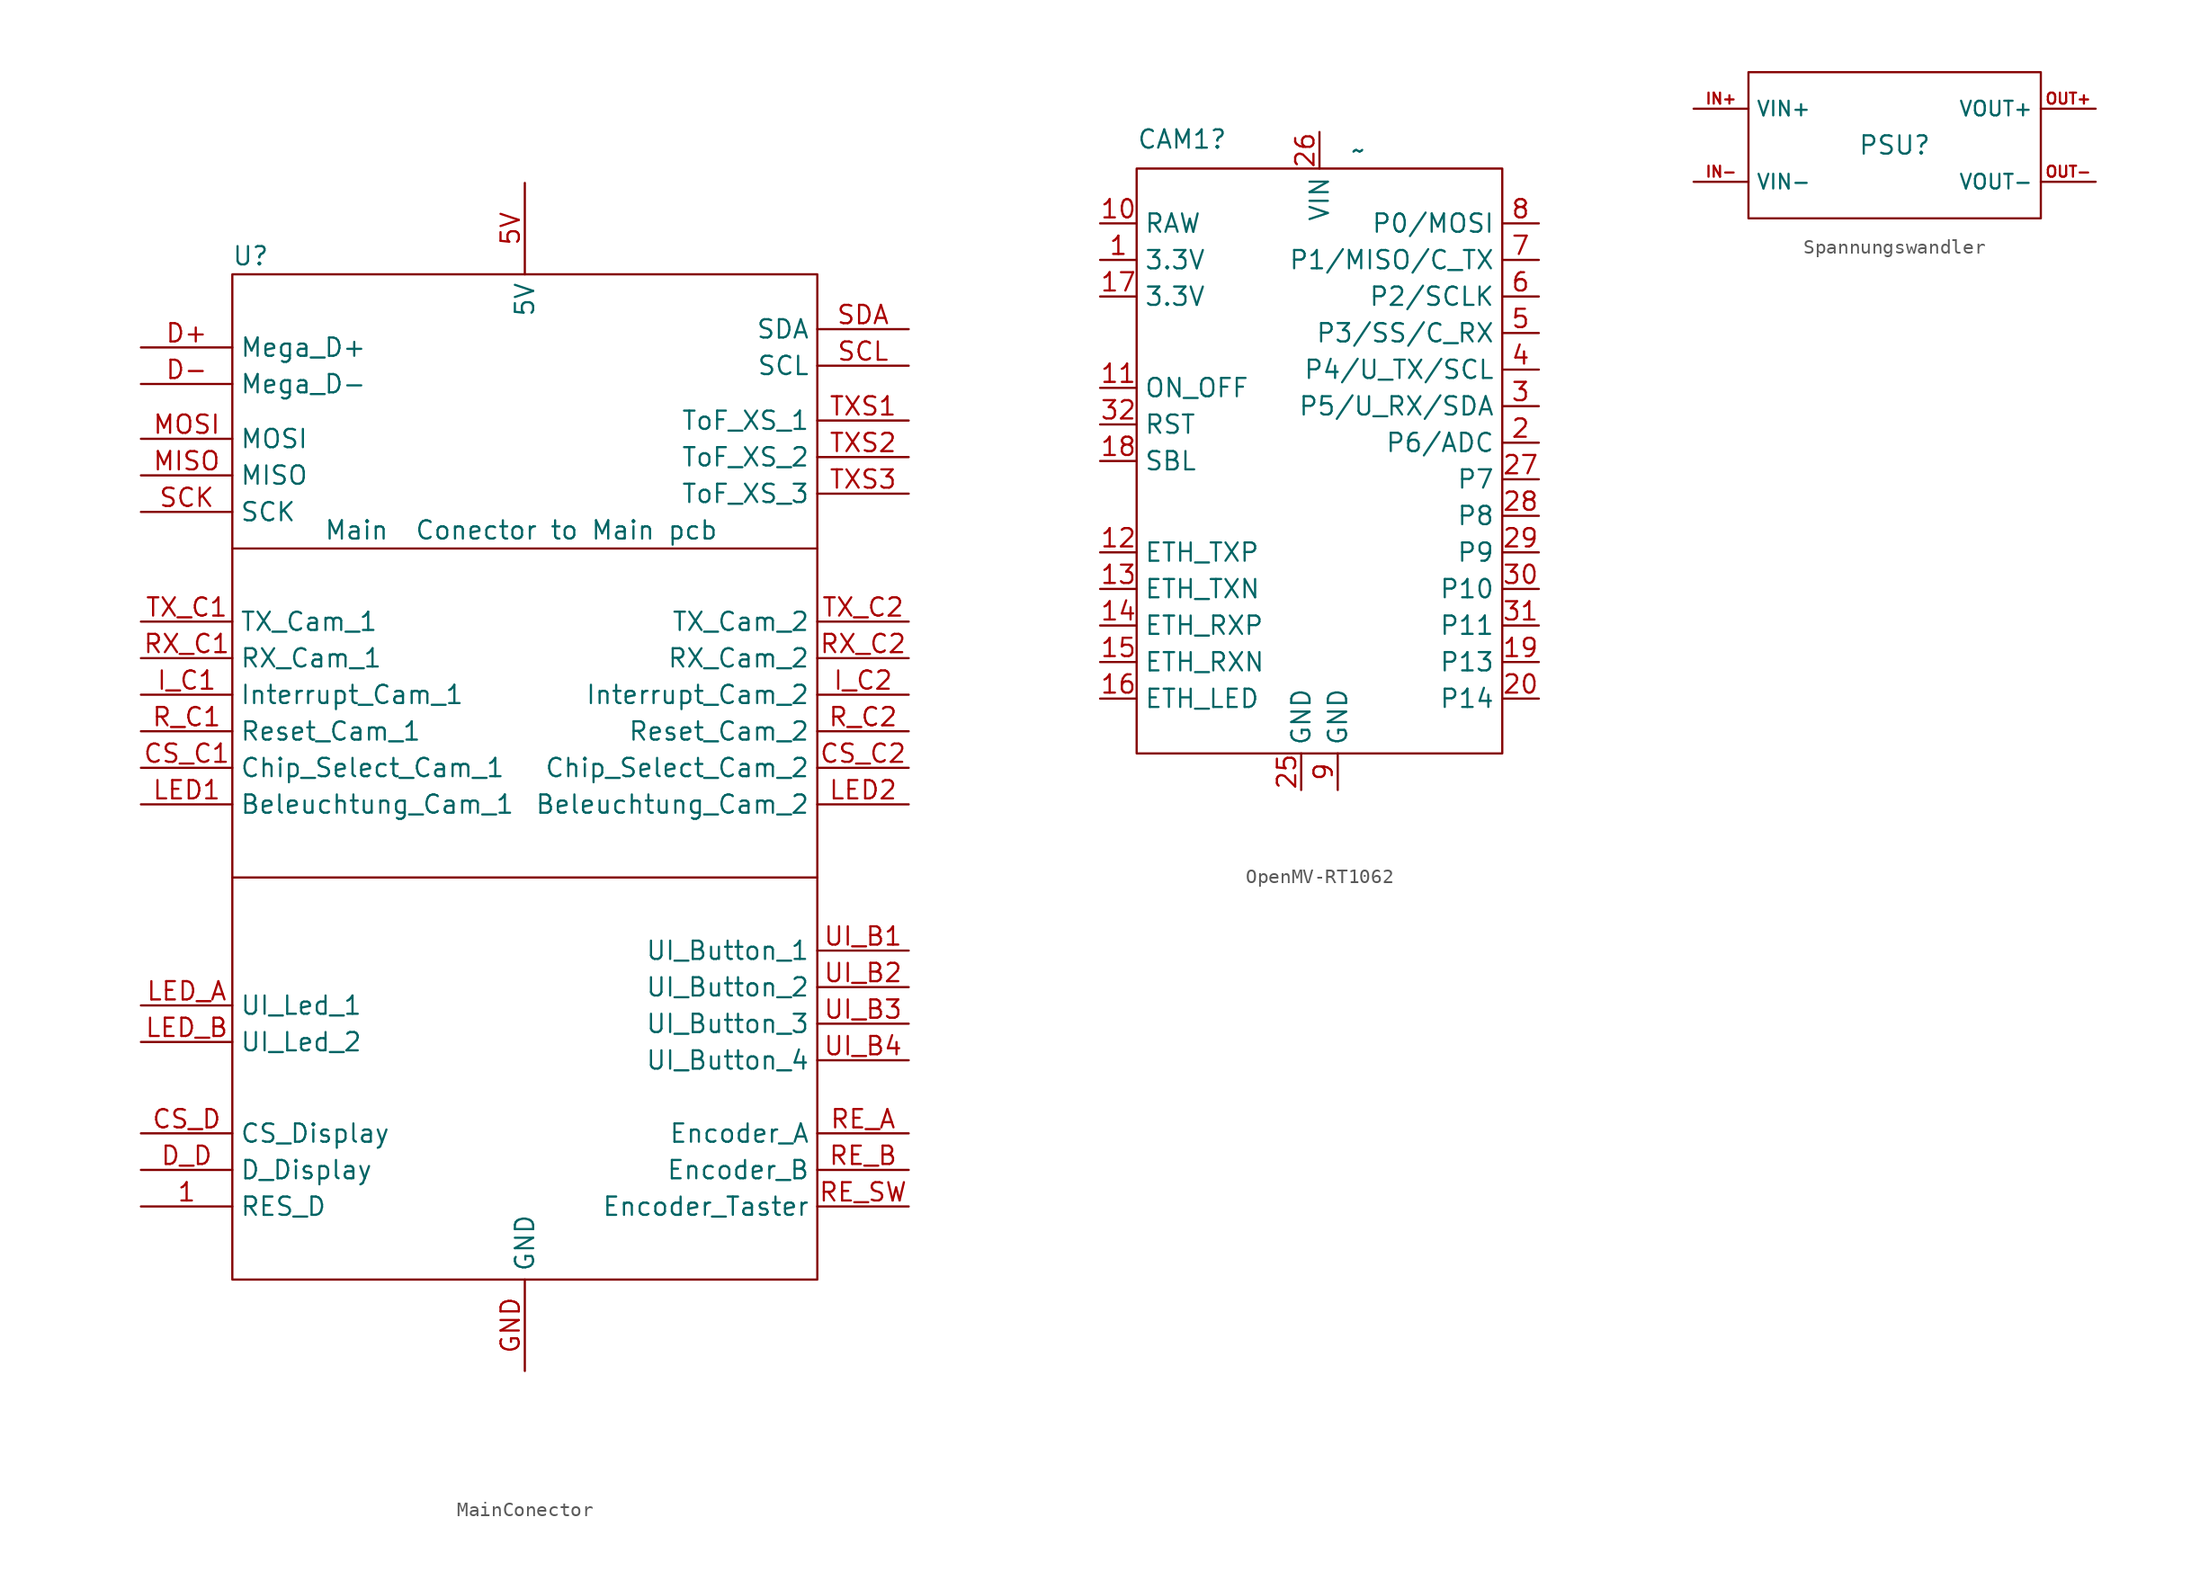
<source format=kicad_sym>
(kicad_symbol_lib
  (version 20241209)
  (generator "kicad_symbol_editor")
  (generator_version "9.0")
  (symbol "MainConector"
    (property "Reference" "U"
      (at -19.05 33.02 0)
      (effects (font (size 1.27 1.27))))
    (property "Value" "Main  Conector to Main pcb"
      (at -0.254 13.97 0)
      (effects (font (size 1.27 1.27))))
    (symbol "MainConector_0_1"
      (rectangle (start -20.32 31.75) (end 20.32 -38.1) (stroke (width 0) (type default)) (fill (type none)))
      (polyline (pts (xy -20.32 12.7) (xy 20.32 12.7)) (stroke (width 0) (type default)) (fill (type none)))
      (polyline (pts (xy 20.32 -10.16) (xy -20.32 -10.16)) (stroke (width 0) (type default)) (fill (type none))))
    (symbol "MainConector_1_1"
      (pin input line (at -26.67 26.67 0) (length 6.35) (name "Mega_D+" (effects (font (size 1.27 1.27)))) (number "D+" (effects (font (size 1.27 1.27)))))
      (pin input line (at -26.67 24.13 0) (length 6.35) (name "Mega_D-" (effects (font (size 1.27 1.27)))) (number "D-" (effects (font (size 1.27 1.27)))))
      (pin input line (at -26.67 20.32 0) (length 6.35) (name "MOSI" (effects (font (size 1.27 1.27)))) (number "MOSI" (effects (font (size 1.27 1.27)))))
      (pin input line (at -26.67 17.78 0) (length 6.35) (name "MISO" (effects (font (size 1.27 1.27)))) (number "MISO" (effects (font (size 1.27 1.27)))))
      (pin input line (at -26.67 15.24 0) (length 6.35) (name "SCK" (effects (font (size 1.27 1.27)))) (number "SCK" (effects (font (size 1.27 1.27)))))
      (pin output line (at -26.67 7.62 0) (length 6.35) (name "TX_Cam_1" (effects (font (size 1.27 1.27)))) (number "TX_C1" (effects (font (size 1.27 1.27)))))
      (pin input line (at -26.67 5.08 0) (length 6.35) (name "RX_Cam_1" (effects (font (size 1.27 1.27)))) (number "RX_C1" (effects (font (size 1.27 1.27)))))
      (pin input line (at -26.67 2.54 0) (length 6.35) (name "Interrupt_Cam_1" (effects (font (size 1.27 1.27)))) (number "I_C1" (effects (font (size 1.27 1.27)))))
      (pin input line (at -26.67 0 0) (length 6.35) (name "Reset_Cam_1" (effects (font (size 1.27 1.27)))) (number "R_C1" (effects (font (size 1.27 1.27)))))
      (pin input line (at -26.67 -2.54 0) (length 6.35) (name "Chip_Select_Cam_1" (effects (font (size 1.27 1.27)))) (number "CS_C1" (effects (font (size 1.27 1.27)))))
      (pin input line (at -26.67 -5.08 0) (length 6.35) (name "Beleuchtung_Cam_1" (effects (font (size 1.27 1.27)))) (number "LED1" (effects (font (size 1.27 1.27)))))
      (pin input line (at -26.67 -19.05 0) (length 6.35) (name "UI_Led_1" (effects (font (size 1.27 1.27)))) (number "LED_A" (effects (font (size 1.27 1.27)))))
      (pin input line (at -26.67 -21.59 0) (length 6.35) (name "UI_Led_2" (effects (font (size 1.27 1.27)))) (number "LED_B" (effects (font (size 1.27 1.27)))))
      (pin input line (at -26.67 -27.94 0) (length 6.35) (name "CS_Display" (effects (font (size 1.27 1.27)))) (number "CS_D" (effects (font (size 1.27 1.27)))))
      (pin input line (at -26.67 -30.48 0) (length 6.35) (name "D_Display" (effects (font (size 1.27 1.27)))) (number "D_D" (effects (font (size 1.27 1.27)))))
      (pin input line (at -26.67 -33.02 0) (length 6.35) (name "RES_D" (effects (font (size 1.27 1.27)))) (number "1" (effects (font (size 1.27 1.27)))))
      (pin power_in line (at 0 38.1 270) (length 6.35) (name "5V" (effects (font (size 1.27 1.27)))) (number "5V" (effects (font (size 1.27 1.27)))))
      (pin power_in line (at 0 -44.45 90) (length 6.35) (name "GND" (effects (font (size 1.27 1.27)))) (number "GND" (effects (font (size 1.27 1.27)))))
      (pin bidirectional line (at 26.67 27.94 180) (length 6.35) (name "SDA" (effects (font (size 1.27 1.27)))) (number "SDA" (effects (font (size 1.27 1.27)))))
      (pin input line (at 26.67 25.4 180) (length 6.35) (name "SCL" (effects (font (size 1.27 1.27)))) (number "SCL" (effects (font (size 1.27 1.27)))))
      (pin input line (at 26.67 21.59 180) (length 6.35) (name "ToF_XS_1" (effects (font (size 1.27 1.27)))) (number "TXS1" (effects (font (size 1.27 1.27)))))
      (pin input line (at 26.67 19.05 180) (length 6.35) (name "ToF_XS_2" (effects (font (size 1.27 1.27)))) (number "TXS2" (effects (font (size 1.27 1.27)))))
      (pin input line (at 26.67 16.51 180) (length 6.35) (name "ToF_XS_3" (effects (font (size 1.27 1.27)))) (number "TXS3" (effects (font (size 1.27 1.27)))))
      (pin output line (at 26.67 7.62 180) (length 6.35) (name "TX_Cam_2" (effects (font (size 1.27 1.27)))) (number "TX_C2" (effects (font (size 1.27 1.27)))))
      (pin input line (at 26.67 5.08 180) (length 6.35) (name "RX_Cam_2" (effects (font (size 1.27 1.27)))) (number "RX_C2" (effects (font (size 1.27 1.27)))))
      (pin input line (at 26.67 2.54 180) (length 6.35) (name "Interrupt_Cam_2" (effects (font (size 1.27 1.27)))) (number "I_C2" (effects (font (size 1.27 1.27)))))
      (pin input line (at 26.67 0 180) (length 6.35) (name "Reset_Cam_2" (effects (font (size 1.27 1.27)))) (number "R_C2" (effects (font (size 1.27 1.27)))))
      (pin input line (at 26.67 -2.54 180) (length 6.35) (name "Chip_Select_Cam_2" (effects (font (size 1.27 1.27)))) (number "CS_C2" (effects (font (size 1.27 1.27)))))
      (pin input line (at 26.67 -5.08 180) (length 6.35) (name "Beleuchtung_Cam_2" (effects (font (size 1.27 1.27)))) (number "LED2" (effects (font (size 1.27 1.27)))))
      (pin output line (at 26.67 -15.24 180) (length 6.35) (name "UI_Button_1" (effects (font (size 1.27 1.27)))) (number "UI_B1" (effects (font (size 1.27 1.27)))))
      (pin output line (at 26.67 -17.78 180) (length 6.35) (name "UI_Button_2" (effects (font (size 1.27 1.27)))) (number "UI_B2" (effects (font (size 1.27 1.27)))))
      (pin output line (at 26.67 -20.32 180) (length 6.35) (name "UI_Button_3" (effects (font (size 1.27 1.27)))) (number "UI_B3" (effects (font (size 1.27 1.27)))))
      (pin output line (at 26.67 -22.86 180) (length 6.35) (name "UI_Button_4" (effects (font (size 1.27 1.27)))) (number "UI_B4" (effects (font (size 1.27 1.27)))))
      (pin output line (at 26.67 -27.94 180) (length 6.35) (name "Encoder_A" (effects (font (size 1.27 1.27)))) (number "RE_A" (effects (font (size 1.27 1.27)))))
      (pin output line (at 26.67 -30.48 180) (length 6.35) (name "Encoder_B" (effects (font (size 1.27 1.27)))) (number "RE_B" (effects (font (size 1.27 1.27)))))
      (pin output line (at 26.67 -33.02 180) (length 6.35) (name "Encoder_Taster" (effects (font (size 1.27 1.27)))) (number "RE_SW" (effects (font (size 1.27 1.27)))))))
  (symbol "OpenMV-RT1062"
    (property "Reference" "CAM1"
      (at -12.7 22.352 0)
      (effects (font (size 1.27 1.27)) (justify left)))
    (property "Value" "~"
      (at 2.143 21.59 0)
      (effects (font (size 1.27 1.27)) (justify left)))
    (symbol "OpenMV-RT1062_0_1"
      (rectangle (start -12.7 20.32) (end 12.7 -20.32) (stroke (width 0) (type default)) (fill (type none))))
    (symbol "OpenMV-RT1062_1_1"
      (pin power_out line (at -15.24 16.51 0) (length 2.54) (name "RAW" (effects (font (size 1.27 1.27)))) (number "10" (effects (font (size 1.27 1.27)))))
      (pin power_out line (at -15.24 13.97 0) (length 2.54) (name "3.3V" (effects (font (size 1.27 1.27)))) (number "1" (effects (font (size 1.27 1.27)))))
      (pin power_out line (at -15.24 11.43 0) (length 2.54) (name "3.3V" (effects (font (size 1.27 1.27)))) (number "17" (effects (font (size 1.27 1.27)))))
      (pin input line (at -15.24 5.08 0) (length 2.54) (name "ON_OFF" (effects (font (size 1.27 1.27)))) (number "11" (effects (font (size 1.27 1.27)))))
      (pin input line (at -15.24 2.54 0) (length 2.54) (name "RST" (effects (font (size 1.27 1.27)))) (number "32" (effects (font (size 1.27 1.27)))))
      (pin input line (at -15.24 0 0) (length 2.54) (name "SBL" (effects (font (size 1.27 1.27)))) (number "18" (effects (font (size 1.27 1.27)))))
      (pin output line (at -15.24 -6.35 0) (length 2.54) (name "ETH_TXP" (effects (font (size 1.27 1.27)))) (number "12" (effects (font (size 1.27 1.27)))))
      (pin output line (at -15.24 -8.89 0) (length 2.54) (name "ETH_TXN" (effects (font (size 1.27 1.27)))) (number "13" (effects (font (size 1.27 1.27)))))
      (pin output line (at -15.24 -11.43 0) (length 2.54) (name "ETH_RXP" (effects (font (size 1.27 1.27)))) (number "14" (effects (font (size 1.27 1.27)))))
      (pin output line (at -15.24 -13.97 0) (length 2.54) (name "ETH_RXN" (effects (font (size 1.27 1.27)))) (number "15" (effects (font (size 1.27 1.27)))))
      (pin output line (at -15.24 -16.51 0) (length 2.54) (name "ETH_LED" (effects (font (size 1.27 1.27)))) (number "16" (effects (font (size 1.27 1.27)))))
      (pin power_in line (at -1.27 -22.86 90) (length 2.54) (name "GND" (effects (font (size 1.27 1.27)))) (number "25" (effects (font (size 1.27 1.27)))))
      (pin power_in line (at 0 22.86 270) (length 2.54) (name "VIN" (effects (font (size 1.27 1.27)))) (number "26" (effects (font (size 1.27 1.27)))))
      (pin power_out line (at 1.27 -22.86 90) (length 2.54) (name "GND" (effects (font (size 1.27 1.27)))) (number "9" (effects (font (size 1.27 1.27)))))
      (pin bidirectional line (at 15.24 16.51 180) (length 2.54) (name "P0/MOSI" (effects (font (size 1.27 1.27)))) (number "8" (effects (font (size 1.27 1.27)))))
      (pin bidirectional line (at 15.24 13.97 180) (length 2.54) (name "P1/MISO/C_TX" (effects (font (size 1.27 1.27)))) (number "7" (effects (font (size 1.27 1.27)))))
      (pin bidirectional line (at 15.24 11.43 180) (length 2.54) (name "P2/SCLK" (effects (font (size 1.27 1.27)))) (number "6" (effects (font (size 1.27 1.27)))))
      (pin bidirectional line (at 15.24 8.89 180) (length 2.54) (name "P3/SS/C_RX" (effects (font (size 1.27 1.27)))) (number "5" (effects (font (size 1.27 1.27)))))
      (pin bidirectional line (at 15.24 6.35 180) (length 2.54) (name "P4/U_TX/SCL" (effects (font (size 1.27 1.27)))) (number "4" (effects (font (size 1.27 1.27)))))
      (pin bidirectional line (at 15.24 3.81 180) (length 2.54) (name "P5/U_RX/SDA" (effects (font (size 1.27 1.27)))) (number "3" (effects (font (size 1.27 1.27)))))
      (pin bidirectional line (at 15.24 1.27 180) (length 2.54) (name "P6/ADC" (effects (font (size 1.27 1.27)))) (number "2" (effects (font (size 1.27 1.27)))))
      (pin bidirectional line (at 15.24 -1.27 180) (length 2.54) (name "P7" (effects (font (size 1.27 1.27)))) (number "27" (effects (font (size 1.27 1.27)))))
      (pin bidirectional line (at 15.24 -3.81 180) (length 2.54) (name "P8" (effects (font (size 1.27 1.27)))) (number "28" (effects (font (size 1.27 1.27)))))
      (pin bidirectional line (at 15.24 -6.35 180) (length 2.54) (name "P9" (effects (font (size 1.27 1.27)))) (number "29" (effects (font (size 1.27 1.27)))))
      (pin bidirectional line (at 15.24 -8.89 180) (length 2.54) (name "P10" (effects (font (size 1.27 1.27)))) (number "30" (effects (font (size 1.27 1.27)))))
      (pin bidirectional line (at 15.24 -11.43 180) (length 2.54) (name "P11" (effects (font (size 1.27 1.27)))) (number "31" (effects (font (size 1.27 1.27)))))
      (pin input line (at 15.24 -13.97 180) (length 2.54) (name "P13" (effects (font (size 1.27 1.27)))) (number "19" (effects (font (size 1.27 1.27)))))
      (pin input line (at 15.24 -16.51 180) (length 2.54) (name "P14" (effects (font (size 1.27 1.27)))) (number "20" (effects (font (size 1.27 1.27)))))))
  (symbol "Spannungswandler"
    (property "Reference" "PSU"
      (at 0 0 0)
      (effects (font (size 1.27 1.27))))
    (property "Value" ""
      (at 0 0 0)
      (effects (font (size 1.27 1.27))))
    (symbol "Spannungswandler_0_1"
      (rectangle (start -10.16 5.08) (end 10.16 -5.08) (stroke (width 0) (type default)) (fill (type none))))
    (symbol "Spannungswandler_1_1"
      (pin power_in line (at -13.97 2.54 0) (length 3.81) (name "VIN+" (effects (font (size 1.016 1.016)))) (number "IN+" (effects (font (size 0.762 0.762)))))
      (pin power_in line (at -13.97 -2.54 0) (length 3.81) (name "VIN-" (effects (font (size 1.016 1.016)))) (number "IN-" (effects (font (size 0.762 0.762)))))
      (pin power_in line (at 13.97 2.54 180) (length 3.81) (name "VOUT+" (effects (font (size 1.016 1.016)))) (number "OUT+" (effects (font (size 0.762 0.762)))))
      (pin power_in line (at 13.97 -2.54 180) (length 3.81) (name "VOUT-" (effects (font (size 1.016 1.016)))) (number "OUT-" (effects (font (size 0.762 0.762))))))))
</source>
